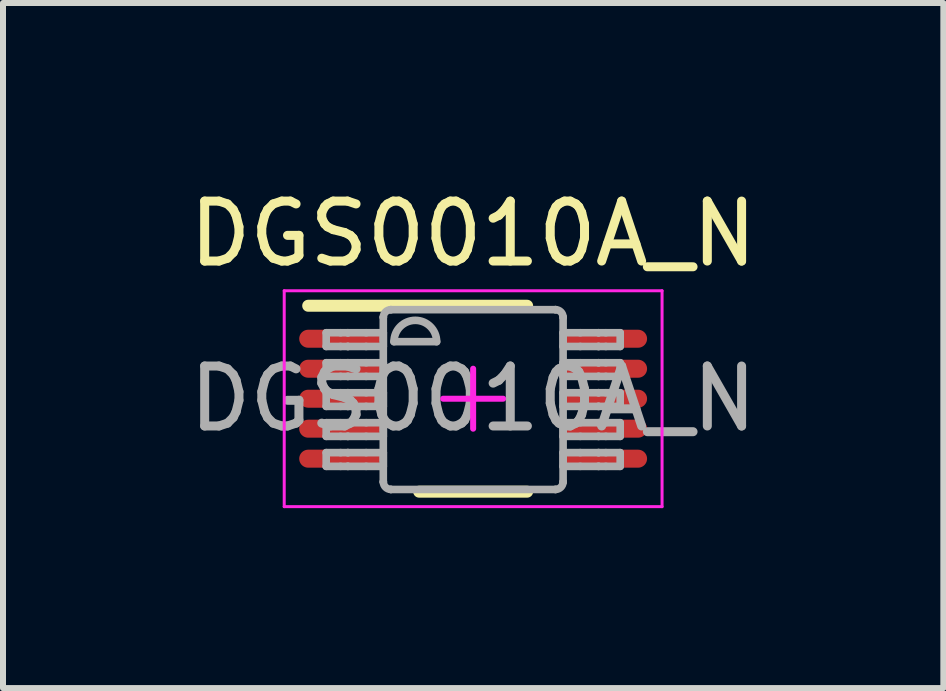
<source format=kicad_pcb>
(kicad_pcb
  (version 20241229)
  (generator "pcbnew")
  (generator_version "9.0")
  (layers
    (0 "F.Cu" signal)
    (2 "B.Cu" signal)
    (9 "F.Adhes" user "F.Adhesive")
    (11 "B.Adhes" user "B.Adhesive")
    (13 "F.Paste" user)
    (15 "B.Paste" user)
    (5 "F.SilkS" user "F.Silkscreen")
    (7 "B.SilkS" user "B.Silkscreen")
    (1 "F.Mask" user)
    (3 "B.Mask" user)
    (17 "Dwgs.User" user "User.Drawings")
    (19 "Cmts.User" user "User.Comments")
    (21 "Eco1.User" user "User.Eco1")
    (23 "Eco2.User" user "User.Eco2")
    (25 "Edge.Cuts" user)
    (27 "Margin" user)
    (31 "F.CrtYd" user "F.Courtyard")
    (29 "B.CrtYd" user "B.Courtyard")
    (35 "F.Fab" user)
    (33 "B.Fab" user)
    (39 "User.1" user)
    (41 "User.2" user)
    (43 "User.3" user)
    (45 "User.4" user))
  (footprint "DGS0010A_N"
    (layer "F.Cu")
    (at 4.839 3.598)
    (property "Reference" "DGS0010A_N" (at 0 -2.75 0) (unlocked yes) (layer "F.SilkS") (effects (font (size 1 1) (thickness 0.15))))
    (attr smd)
    (fp_line (start -2.75 -1.55) (end 0.9 -1.55) (stroke (width 0.2) (type solid)) (layer "F.SilkS"))
    (fp_line (start -0.9 1.55) (end 0.9 1.55) (stroke (width 0.2) (type solid)) (layer "F.SilkS"))
    (fp_line (start -3.15 -1.8) (end 3.15 -1.8) (stroke (width 0.05) (type solid)) (layer "F.CrtYd"))
    (fp_line (start -3.15 1.8) (end -3.15 -1.8) (stroke (width 0.05) (type solid)) (layer "F.CrtYd"))
    (fp_line (start -3.15 1.8) (end 3.15 1.8) (stroke (width 0.05) (type solid)) (layer "F.CrtYd"))
    (fp_line (start -0.5 0) (end 0.5 0) (stroke (width 0.1) (type solid)) (layer "F.CrtYd"))
    (fp_line (start -0.000003 0.5) (end -0.000003 -0.5) (stroke (width 0.1) (type solid)) (layer "F.CrtYd"))
    (fp_line (start 3.15 1.8) (end 3.15 -1.8) (stroke (width 0.05) (type solid)) (layer "F.CrtYd"))
    (fp_line (start -2.45 -1.1) (end -2.21 -1.1) (stroke (width 0.127) (type solid)) (layer "F.Fab"))
    (fp_line (start -2.45 -0.871) (end -2.45 -1.1) (stroke (width 0.127) (type solid)) (layer "F.Fab"))
    (fp_line (start -2.45 -0.871) (end -2.21 -0.871) (stroke (width 0.127) (type solid)) (layer "F.Fab"))
    (fp_line (start -2.45 -0.6) (end -2.21 -0.6) (stroke (width 0.127) (type solid)) (layer "F.Fab"))
    (fp_line (start -2.45 -0.372) (end -2.45 -0.6) (stroke (width 0.127) (type solid)) (layer "F.Fab"))
    (fp_line (start -2.45 -0.372) (end -2.21 -0.372) (stroke (width 0.127) (type solid)) (layer "F.Fab"))
    (fp_line (start -2.45 -0.1) (end -2.21 -0.1) (stroke (width 0.127) (type solid)) (layer "F.Fab"))
    (fp_line (start -2.45 0.128) (end -2.45 -0.1) (stroke (width 0.127) (type solid)) (layer "F.Fab"))
    (fp_line (start -2.45 0.128) (end -2.21 0.128) (stroke (width 0.127) (type solid)) (layer "F.Fab"))
    (fp_line (start -2.45 0.4) (end -2.21 0.4) (stroke (width 0.127) (type solid)) (layer "F.Fab"))
    (fp_line (start -2.45 0.628) (end -2.45 0.4) (stroke (width 0.127) (type solid)) (layer "F.Fab"))
    (fp_line (start -2.45 0.628) (end -2.21 0.628) (stroke (width 0.127) (type solid)) (layer "F.Fab"))
    (fp_line (start -2.45 0.899) (end -2.21 0.899) (stroke (width 0.127) (type solid)) (layer "F.Fab"))
    (fp_line (start -2.45 1.128) (end -2.45 0.899) (stroke (width 0.127) (type solid)) (layer "F.Fab"))
    (fp_line (start -2.45 1.128) (end -2.21 1.128) (stroke (width 0.127) (type solid)) (layer "F.Fab"))
    (fp_line (start -2.21 -1.1) (end -2.09 -1.1) (stroke (width 0.127) (type solid)) (layer "F.Fab"))
    (fp_line (start -2.21 -0.871) (end -2.09 -0.871) (stroke (width 0.127) (type solid)) (layer "F.Fab"))
    (fp_line (start -2.21 -0.6) (end -2.09 -0.6) (stroke (width 0.127) (type solid)) (layer "F.Fab"))
    (fp_line (start -2.21 -0.372) (end -2.09 -0.372) (stroke (width 0.127) (type solid)) (layer "F.Fab"))
    (fp_line (start -2.21 -0.1) (end -2.09 -0.1) (stroke (width 0.127) (type solid)) (layer "F.Fab"))
    (fp_line (start -2.21 0.128) (end -2.09 0.128) (stroke (width 0.127) (type solid)) (layer "F.Fab"))
    (fp_line (start -2.21 0.4) (end -2.09 0.4) (stroke (width 0.127) (type solid)) (layer "F.Fab"))
    (fp_line (start -2.21 0.628) (end -2.09 0.628) (stroke (width 0.127) (type solid)) (layer "F.Fab"))
    (fp_line (start -2.21 0.899) (end -2.09 0.899) (stroke (width 0.127) (type solid)) (layer "F.Fab"))
    (fp_line (start -2.21 1.128) (end -2.09 1.128) (stroke (width 0.127) (type solid)) (layer "F.Fab"))
    (fp_line (start -2.09 -1.1) (end -2.087 -1.1) (stroke (width 0.127) (type solid)) (layer "F.Fab"))
    (fp_line (start -2.09 -0.871) (end -2.087 -0.871) (stroke (width 0.127) (type solid)) (layer "F.Fab"))
    (fp_line (start -2.09 -0.6) (end -2.087 -0.6) (stroke (width 0.127) (type solid)) (layer "F.Fab"))
    (fp_line (start -2.09 -0.372) (end -2.087 -0.372) (stroke (width 0.127) (type solid)) (layer "F.Fab"))
    (fp_line (start -2.09 -0.1) (end -2.087 -0.1) (stroke (width 0.127) (type solid)) (layer "F.Fab"))
    (fp_line (start -2.09 0.128) (end -2.087 0.128) (stroke (width 0.127) (type solid)) (layer "F.Fab"))
    (fp_line (start -2.09 0.4) (end -2.087 0.4) (stroke (width 0.127) (type solid)) (layer "F.Fab"))
    (fp_line (start -2.09 0.628) (end -2.087 0.628) (stroke (width 0.127) (type solid)) (layer "F.Fab"))
    (fp_line (start -2.09 0.899) (end -2.087 0.899) (stroke (width 0.127) (type solid)) (layer "F.Fab"))
    (fp_line (start -2.09 1.128) (end -2.087 1.128) (stroke (width 0.127) (type solid)) (layer "F.Fab"))
    (fp_line (start -2.087 -1.1) (end -1.784 -1.1) (stroke (width 0.127) (type solid)) (layer "F.Fab"))
    (fp_line (start -2.087 -0.871) (end -1.784 -0.871) (stroke (width 0.127) (type solid)) (layer "F.Fab"))
    (fp_line (start -2.087 -0.6) (end -1.784 -0.6) (stroke (width 0.127) (type solid)) (layer "F.Fab"))
    (fp_line (start -2.087 -0.372) (end -1.784 -0.372) (stroke (width 0.127) (type solid)) (layer "F.Fab"))
    (fp_line (start -2.087 -0.1) (end -1.784 -0.1) (stroke (width 0.127) (type solid)) (layer "F.Fab"))
    (fp_line (start -2.087 0.128) (end -1.784 0.128) (stroke (width 0.127) (type solid)) (layer "F.Fab"))
    (fp_line (start -2.087 0.4) (end -1.784 0.4) (stroke (width 0.127) (type solid)) (layer "F.Fab"))
    (fp_line (start -2.087 0.628) (end -1.784 0.628) (stroke (width 0.127) (type solid)) (layer "F.Fab"))
    (fp_line (start -2.087 0.899) (end -1.784 0.899) (stroke (width 0.127) (type solid)) (layer "F.Fab"))
    (fp_line (start -2.087 1.128) (end -1.784 1.128) (stroke (width 0.127) (type solid)) (layer "F.Fab"))
    (fp_line (start -1.784 -1.1) (end -1.498 -1.1) (stroke (width 0.127) (type solid)) (layer "F.Fab"))
    (fp_line (start -1.784 -0.871) (end -1.498 -0.871) (stroke (width 0.127) (type solid)) (layer "F.Fab"))
    (fp_line (start -1.784 -0.6) (end -1.498 -0.6) (stroke (width 0.127) (type solid)) (layer "F.Fab"))
    (fp_line (start -1.784 -0.372) (end -1.498 -0.372) (stroke (width 0.127) (type solid)) (layer "F.Fab"))
    (fp_line (start -1.784 -0.1) (end -1.498 -0.1) (stroke (width 0.127) (type solid)) (layer "F.Fab"))
    (fp_line (start -1.784 0.128) (end -1.498 0.128) (stroke (width 0.127) (type solid)) (layer "F.Fab"))
    (fp_line (start -1.784 0.4) (end -1.498 0.4) (stroke (width 0.127) (type solid)) (layer "F.Fab"))
    (fp_line (start -1.784 0.628) (end -1.498 0.628) (stroke (width 0.127) (type solid)) (layer "F.Fab"))
    (fp_line (start -1.784 0.899) (end -1.498 0.899) (stroke (width 0.127) (type solid)) (layer "F.Fab"))
    (fp_line (start -1.784 1.128) (end -1.498 1.128) (stroke (width 0.127) (type solid)) (layer "F.Fab"))
    (fp_line (start -1.498 -1.358) (end -1.497 -1.36) (stroke (width 0.127) (type solid)) (layer "F.Fab"))
    (fp_line (start -1.498 -0.871) (end -1.498 -1.1) (stroke (width 0.127) (type solid)) (layer "F.Fab"))
    (fp_line (start -1.498 -0.372) (end -1.498 -0.6) (stroke (width 0.127) (type solid)) (layer "F.Fab"))
    (fp_line (start -1.498 0.128) (end -1.498 -0.1) (stroke (width 0.127) (type solid)) (layer "F.Fab"))
    (fp_line (start -1.498 0.628) (end -1.498 0.4) (stroke (width 0.127) (type solid)) (layer "F.Fab"))
    (fp_line (start -1.498 1.128) (end -1.498 0.899) (stroke (width 0.127) (type solid)) (layer "F.Fab"))
    (fp_line (start -1.498 1.386) (end -1.498 -1.358) (stroke (width 0.127) (type solid)) (layer "F.Fab"))
    (fp_line (start -1.498 1.386) (end -1.497 1.388) (stroke (width 0.127) (type solid)) (layer "F.Fab"))
    (fp_line (start -1.373 -1.485) (end -1.371 -1.485) (stroke (width 0.127) (type solid)) (layer "F.Fab"))
    (fp_line (start -1.373 1.513) (end -1.371 1.513) (stroke (width 0.127) (type solid)) (layer "F.Fab"))
    (fp_line (start -1.371 -1.485) (end 1.373 -1.485) (stroke (width 0.127) (type solid)) (layer "F.Fab"))
    (fp_line (start -1.371 1.513) (end 1.373 1.513) (stroke (width 0.127) (type solid)) (layer "F.Fab"))
    (fp_line (start -1.32 -0.951) (end -0.609 -0.951) (stroke (width 0.127) (type solid)) (layer "F.Fab"))
    (fp_line (start 1.373 -1.485) (end 1.375 -1.485) (stroke (width 0.127) (type solid)) (layer "F.Fab"))
    (fp_line (start 1.373 1.513) (end 1.375 1.513) (stroke (width 0.127) (type solid)) (layer "F.Fab"))
    (fp_line (start 1.5 -1.36) (end 1.5 -1.358) (stroke (width 0.127) (type solid)) (layer "F.Fab"))
    (fp_line (start 1.5 1.388) (end 1.5 1.386) (stroke (width 0.127) (type solid)) (layer "F.Fab"))
    (fp_line (start 1.5 -1.1) (end 1.786 -1.1) (stroke (width 0.127) (type solid)) (layer "F.Fab"))
    (fp_line (start 1.5 -0.871) (end 1.5 -1.1) (stroke (width 0.127) (type solid)) (layer "F.Fab"))
    (fp_line (start 1.5 -0.871) (end 1.786 -0.871) (stroke (width 0.127) (type solid)) (layer "F.Fab"))
    (fp_line (start 1.5 -0.6) (end 1.786 -0.6) (stroke (width 0.127) (type solid)) (layer "F.Fab"))
    (fp_line (start 1.5 -0.372) (end 1.5 -0.6) (stroke (width 0.127) (type solid)) (layer "F.Fab"))
    (fp_line (start 1.5 -0.372) (end 1.786 -0.372) (stroke (width 0.127) (type solid)) (layer "F.Fab"))
    (fp_line (start 1.5 -0.1) (end 1.786 -0.1) (stroke (width 0.127) (type solid)) (layer "F.Fab"))
    (fp_line (start 1.5 0.128) (end 1.5 -0.1) (stroke (width 0.127) (type solid)) (layer "F.Fab"))
    (fp_line (start 1.5 0.128) (end 1.786 0.128) (stroke (width 0.127) (type solid)) (layer "F.Fab"))
    (fp_line (start 1.5 0.4) (end 1.786 0.4) (stroke (width 0.127) (type solid)) (layer "F.Fab"))
    (fp_line (start 1.5 0.628) (end 1.5 0.4) (stroke (width 0.127) (type solid)) (layer "F.Fab"))
    (fp_line (start 1.5 0.628) (end 1.786 0.628) (stroke (width 0.127) (type solid)) (layer "F.Fab"))
    (fp_line (start 1.5 0.899) (end 1.786 0.899) (stroke (width 0.127) (type solid)) (layer "F.Fab"))
    (fp_line (start 1.5 1.128) (end 1.5 0.899) (stroke (width 0.127) (type solid)) (layer "F.Fab"))
    (fp_line (start 1.5 1.128) (end 1.786 1.128) (stroke (width 0.127) (type solid)) (layer "F.Fab"))
    (fp_line (start 1.5 1.386) (end 1.5 -1.358) (stroke (width 0.127) (type solid)) (layer "F.Fab"))
    (fp_line (start 1.786 -1.1) (end 2.089 -1.1) (stroke (width 0.127) (type solid)) (layer "F.Fab"))
    (fp_line (start 1.786 -0.871) (end 2.089 -0.871) (stroke (width 0.127) (type solid)) (layer "F.Fab"))
    (fp_line (start 1.786 -0.6) (end 2.089 -0.6) (stroke (width 0.127) (type solid)) (layer "F.Fab"))
    (fp_line (start 1.786 -0.372) (end 2.089 -0.372) (stroke (width 0.127) (type solid)) (layer "F.Fab"))
    (fp_line (start 1.786 -0.1) (end 2.089 -0.1) (stroke (width 0.127) (type solid)) (layer "F.Fab"))
    (fp_line (start 1.786 0.128) (end 2.089 0.128) (stroke (width 0.127) (type solid)) (layer "F.Fab"))
    (fp_line (start 1.786 0.4) (end 2.089 0.4) (stroke (width 0.127) (type solid)) (layer "F.Fab"))
    (fp_line (start 1.786 0.628) (end 2.089 0.628) (stroke (width 0.127) (type solid)) (layer "F.Fab"))
    (fp_line (start 1.786 0.899) (end 2.089 0.899) (stroke (width 0.127) (type solid)) (layer "F.Fab"))
    (fp_line (start 1.786 1.128) (end 2.089 1.128) (stroke (width 0.127) (type solid)) (layer "F.Fab"))
    (fp_line (start 2.089 -1.1) (end 2.093 -1.1) (stroke (width 0.127) (type solid)) (layer "F.Fab"))
    (fp_line (start 2.089 -0.871) (end 2.093 -0.871) (stroke (width 0.127) (type solid)) (layer "F.Fab"))
    (fp_line (start 2.089 -0.6) (end 2.093 -0.6) (stroke (width 0.127) (type solid)) (layer "F.Fab"))
    (fp_line (start 2.089 -0.372) (end 2.093 -0.372) (stroke (width 0.127) (type solid)) (layer "F.Fab"))
    (fp_line (start 2.089 -0.1) (end 2.093 -0.1) (stroke (width 0.127) (type solid)) (layer "F.Fab"))
    (fp_line (start 2.089 0.128) (end 2.093 0.128) (stroke (width 0.127) (type solid)) (layer "F.Fab"))
    (fp_line (start 2.089 0.4) (end 2.093 0.4) (stroke (width 0.127) (type solid)) (layer "F.Fab"))
    (fp_line (start 2.089 0.628) (end 2.093 0.628) (stroke (width 0.127) (type solid)) (layer "F.Fab"))
    (fp_line (start 2.089 0.899) (end 2.093 0.899) (stroke (width 0.127) (type solid)) (layer "F.Fab"))
    (fp_line (start 2.089 1.128) (end 2.093 1.128) (stroke (width 0.127) (type solid)) (layer "F.Fab"))
    (fp_line (start 2.093 -1.1) (end 2.213 -1.1) (stroke (width 0.127) (type solid)) (layer "F.Fab"))
    (fp_line (start 2.093 -0.871) (end 2.213 -0.871) (stroke (width 0.127) (type solid)) (layer "F.Fab"))
    (fp_line (start 2.093 -0.6) (end 2.213 -0.6) (stroke (width 0.127) (type solid)) (layer "F.Fab"))
    (fp_line (start 2.093 -0.372) (end 2.213 -0.372) (stroke (width 0.127) (type solid)) (layer "F.Fab"))
    (fp_line (start 2.093 -0.1) (end 2.213 -0.1) (stroke (width 0.127) (type solid)) (layer "F.Fab"))
    (fp_line (start 2.093 0.128) (end 2.213 0.128) (stroke (width 0.127) (type solid)) (layer "F.Fab"))
    (fp_line (start 2.093 0.4) (end 2.213 0.4) (stroke (width 0.127) (type solid)) (layer "F.Fab"))
    (fp_line (start 2.093 0.628) (end 2.213 0.628) (stroke (width 0.127) (type solid)) (layer "F.Fab"))
    (fp_line (start 2.093 0.899) (end 2.213 0.899) (stroke (width 0.127) (type solid)) (layer "F.Fab"))
    (fp_line (start 2.093 1.128) (end 2.213 1.128) (stroke (width 0.127) (type solid)) (layer "F.Fab"))
    (fp_line (start 2.213 -1.1) (end 2.452 -1.1) (stroke (width 0.127) (type solid)) (layer "F.Fab"))
    (fp_line (start 2.213 -0.871) (end 2.452 -0.871) (stroke (width 0.127) (type solid)) (layer "F.Fab"))
    (fp_line (start 2.213 -0.6) (end 2.452 -0.6) (stroke (width 0.127) (type solid)) (layer "F.Fab"))
    (fp_line (start 2.213 -0.372) (end 2.452 -0.372) (stroke (width 0.127) (type solid)) (layer "F.Fab"))
    (fp_line (start 2.213 -0.1) (end 2.452 -0.1) (stroke (width 0.127) (type solid)) (layer "F.Fab"))
    (fp_line (start 2.213 0.128) (end 2.452 0.128) (stroke (width 0.127) (type solid)) (layer "F.Fab"))
    (fp_line (start 2.213 0.4) (end 2.452 0.4) (stroke (width 0.127) (type solid)) (layer "F.Fab"))
    (fp_line (start 2.213 0.628) (end 2.452 0.628) (stroke (width 0.127) (type solid)) (layer "F.Fab"))
    (fp_line (start 2.213 0.899) (end 2.452 0.899) (stroke (width 0.127) (type solid)) (layer "F.Fab"))
    (fp_line (start 2.213 1.128) (end 2.452 1.128) (stroke (width 0.127) (type solid)) (layer "F.Fab"))
    (fp_line (start 2.452 -0.871) (end 2.452 -1.1) (stroke (width 0.127) (type solid)) (layer "F.Fab"))
    (fp_line (start 2.452 -0.372) (end 2.452 -0.6) (stroke (width 0.127) (type solid)) (layer "F.Fab"))
    (fp_line (start 2.452 0.128) (end 2.452 -0.1) (stroke (width 0.127) (type solid)) (layer "F.Fab"))
    (fp_line (start 2.452 0.628) (end 2.452 0.4) (stroke (width 0.127) (type solid)) (layer "F.Fab"))
    (fp_line (start 2.452 1.128) (end 2.452 0.899) (stroke (width 0.127) (type solid)) (layer "F.Fab"))
    (fp_arc (start -1.49745 -1.360299) (mid -1.460293 -1.447356) (end -1.373243 -1.484531) (stroke (width 0.127) (type solid)) (layer "F.Fab"))
    (fp_arc (start -1.373243 1.512619) (mid -1.460293 1.475444) (end -1.49745 1.388386) (stroke (width 0.127) (type solid)) (layer "F.Fab"))
    (fp_arc (start -1.3197 -0.951156) (mid -0.9641 -1.306756) (end -0.6085 -0.951156) (stroke (width 0.127) (type solid)) (layer "F.Fab"))
    (fp_arc (start 1.375443 -1.484532) (mid 1.462505 -1.447362) (end 1.499675 -1.360299) (stroke (width 0.127) (type solid)) (layer "F.Fab"))
    (fp_arc (start 1.499675 1.388387) (mid 1.462505 1.475449) (end 1.375443 1.512619) (stroke (width 0.127) (type solid)) (layer "F.Fab"))
    (fp_text user "${REFERENCE}" (at 0 0 0) (unlocked yes) (layer "F.Fab") (effects (font (size 1 1) (thickness 0.15))))
    (pad "1" smd oval (at -2.225 -1 90) (size 0.3 1.35) (layers "F.Cu" "F.Mask" "F.Paste"))
    (pad "2" smd oval (at -2.225 -0.5 90) (size 0.3 1.35) (layers "F.Cu" "F.Mask" "F.Paste"))
    (pad "3" smd oval (at -2.225 0 90) (size 0.3 1.35) (layers "F.Cu" "F.Mask" "F.Paste"))
    (pad "4" smd oval (at -2.225 0.5 90) (size 0.3 1.35) (layers "F.Cu" "F.Mask" "F.Paste"))
    (pad "5" smd oval (at -2.225 1 90) (size 0.3 1.35) (layers "F.Cu" "F.Mask" "F.Paste"))
    (pad "6" smd oval (at 2.225 1 90) (size 0.3 1.35) (layers "F.Cu" "F.Mask" "F.Paste"))
    (pad "7" smd oval (at 2.225 0.5 90) (size 0.3 1.35) (layers "F.Cu" "F.Mask" "F.Paste"))
    (pad "8" smd oval (at 2.225 0 90) (size 0.3 1.35) (layers "F.Cu" "F.Mask" "F.Paste"))
    (pad "9" smd oval (at 2.225 -0.5 90) (size 0.3 1.35) (layers "F.Cu" "F.Mask" "F.Paste"))
    (pad "10" smd oval (at 2.225 -1 90) (size 0.3 1.35) (layers "F.Cu" "F.Mask" "F.Paste")))
  (gr_rect
    (start -3 -3)
    (end 12.679 8.423)
    (stroke (width 0.1) (type default))
    (fill no)
    (layer "Edge.Cuts")))
</source>
